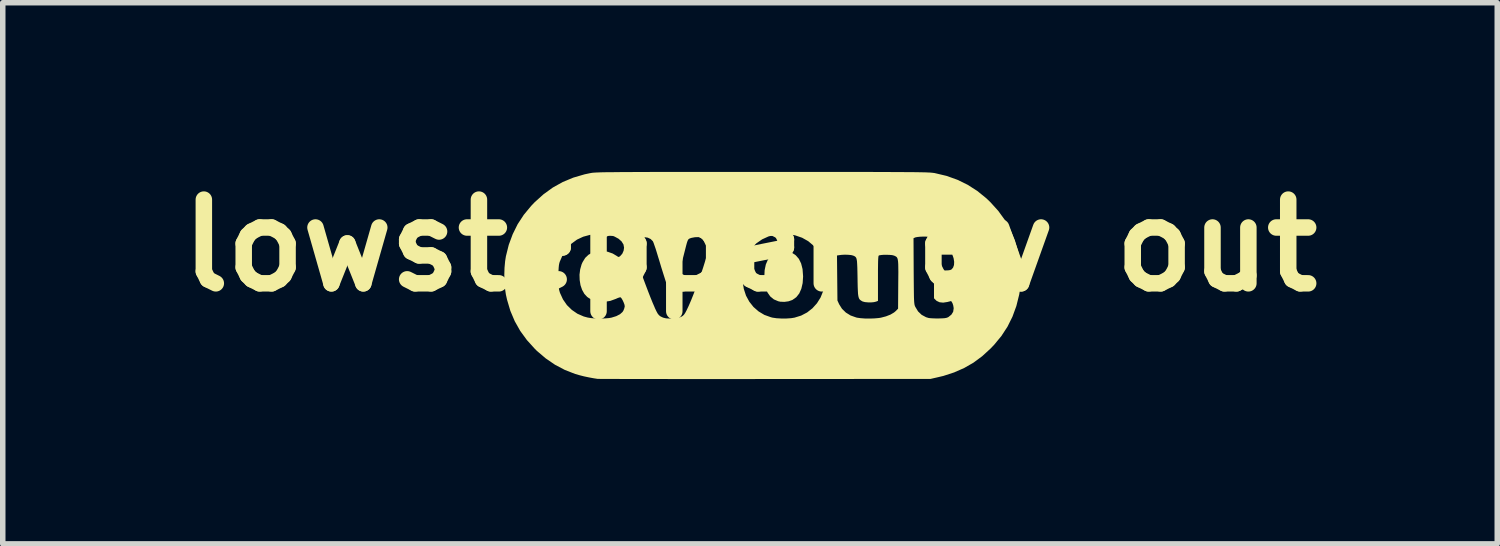
<source format=kicad_pcb>
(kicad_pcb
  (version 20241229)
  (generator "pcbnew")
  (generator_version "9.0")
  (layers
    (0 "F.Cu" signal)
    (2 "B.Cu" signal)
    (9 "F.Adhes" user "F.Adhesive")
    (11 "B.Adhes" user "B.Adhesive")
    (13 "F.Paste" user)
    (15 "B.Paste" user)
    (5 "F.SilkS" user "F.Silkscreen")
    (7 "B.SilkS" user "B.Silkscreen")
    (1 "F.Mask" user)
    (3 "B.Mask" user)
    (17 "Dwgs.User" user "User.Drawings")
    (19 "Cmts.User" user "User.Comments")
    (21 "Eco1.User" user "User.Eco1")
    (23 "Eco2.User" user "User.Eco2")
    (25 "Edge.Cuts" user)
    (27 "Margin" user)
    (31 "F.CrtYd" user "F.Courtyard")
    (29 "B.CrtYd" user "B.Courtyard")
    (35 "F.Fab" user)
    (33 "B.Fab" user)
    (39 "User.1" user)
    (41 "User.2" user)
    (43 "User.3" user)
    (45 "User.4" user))
  (footprint "lowstepper cv out"
    (layer "F.Cu")
    (at 10.603 1.418)
    (property "Reference" "lowstepper cv out" (at 0 0 0) (layer "F.SilkS") (effects (font (size 1.524 1.524) (thickness 0.3))))
    (attr board_only exclude_from_pos_files exclude_from_bom)
    (fp_poly (pts (xy 0.686 0.108) (xy 0.754 0.128) (xy 0.759 0.13) (xy 0.832 0.179) (xy 0.889 0.244) (xy 0.93 0.328) (xy 0.956 0.43) (xy 0.965 0.549) (xy 0.966 0.564) (xy 0.958 0.685) (xy 0.934 0.788) (xy 0.896 0.874) (xy 0.842 0.942) (xy 0.773 0.991) (xy 0.764 0.995) (xy 0.7 1.017) (xy 0.625 1.027) (xy 0.551 1.024) (xy 0.514 1.016) (xy 0.434 0.982) (xy 0.369 0.929) (xy 0.319 0.858) (xy 0.284 0.768) (xy 0.264 0.66) (xy 0.26 0.57) (xy 0.266 0.449) (xy 0.288 0.345) (xy 0.325 0.26) (xy 0.378 0.192) (xy 0.447 0.141) (xy 0.465 0.131) (xy 0.532 0.109) (xy 0.609 0.102)) (stroke (width 0) (type solid)) (fill yes) (layer "F.SilkS"))
    (fp_poly (pts (xy 0.547 -1.338) (xy 0.842 -1.338) (xy 1.115 -1.338) (xy 1.367 -1.338) (xy 1.599 -1.338) (xy 1.811 -1.338) (xy 2.004 -1.338) (xy 2.18 -1.338) (xy 2.339 -1.337) (xy 2.483 -1.337) (xy 2.611 -1.336) (xy 2.725 -1.336) (xy 2.827 -1.335) (xy 2.916 -1.335) (xy 2.994 -1.334) (xy 3.061 -1.333) (xy 3.119 -1.332) (xy 3.168 -1.331) (xy 3.21 -1.33) (xy 3.245 -1.328) (xy 3.274 -1.327) (xy 3.298 -1.325) (xy 3.318 -1.323) (xy 3.335 -1.321) (xy 3.35 -1.319) (xy 3.364 -1.317) (xy 3.367 -1.316) (xy 3.578 -1.266) (xy 3.776 -1.195) (xy 3.962 -1.104) (xy 4.137 -0.992) (xy 4.301 -0.859) (xy 4.376 -0.787) (xy 4.519 -0.629) (xy 4.64 -0.462) (xy 4.74 -0.285) (xy 4.82 -0.097) (xy 4.88 0.106) (xy 4.9 0.195) (xy 4.916 0.305) (xy 4.926 0.429) (xy 4.929 0.56) (xy 4.925 0.69) (xy 4.914 0.811) (xy 4.9 0.894) (xy 4.848 1.103) (xy 4.777 1.297) (xy 4.687 1.478) (xy 4.576 1.648) (xy 4.444 1.808) (xy 4.376 1.879) (xy 4.225 2.017) (xy 4.067 2.134) (xy 3.898 2.231) (xy 3.716 2.311) (xy 3.52 2.375) (xy 3.402 2.403) (xy 3.283 2.43) (xy 0.276 2.431) (xy 0.009 2.432) (xy -0.253 2.432) (xy -0.507 2.432) (xy -0.754 2.432) (xy -0.991 2.432) (xy -1.218 2.432) (xy -1.433 2.432) (xy -1.637 2.431) (xy -1.827 2.431) (xy -2.003 2.431) (xy -2.163 2.431) (xy -2.308 2.431) (xy -2.434 2.43) (xy -2.542 2.43) (xy -2.631 2.43) (xy -2.699 2.43) (xy -2.746 2.429) (xy -2.77 2.429) (xy -2.773 2.429) (xy -2.845 2.418) (xy -2.932 2.402) (xy -3.022 2.383) (xy -3.108 2.361) (xy -3.18 2.34) (xy -3.182 2.34) (xy -3.373 2.265) (xy -3.551 2.171) (xy -3.719 2.056) (xy -3.879 1.92) (xy -3.92 1.879) (xy -4.062 1.722) (xy -4.183 1.556) (xy -4.283 1.379) (xy -4.363 1.19) (xy -4.423 0.988) (xy -4.444 0.894) (xy -4.46 0.787) (xy -4.47 0.665) (xy -4.472 0.576) (xy -3.487 0.576) (xy -3.486 0.655) (xy -3.485 0.714) (xy -3.482 0.759) (xy -3.478 0.794) (xy -3.471 0.824) (xy -3.462 0.855) (xy -3.459 0.864) (xy -3.405 0.982) (xy -3.333 1.086) (xy -3.244 1.173) (xy -3.142 1.243) (xy -3.027 1.293) (xy -2.953 1.313) (xy -2.888 1.323) (xy -2.809 1.329) (xy -2.724 1.331) (xy -2.641 1.328) (xy -2.568 1.322) (xy -2.522 1.314) (xy -2.435 1.287) (xy -2.367 1.252) (xy -2.321 1.211) (xy -2.303 1.182) (xy -2.289 1.145) (xy -2.281 1.111) (xy -2.281 1.104) (xy -2.286 1.076) (xy -2.3 1.038) (xy -2.318 0.999) (xy -2.337 0.966) (xy -2.354 0.946) (xy -2.357 0.944) (xy -2.376 0.946) (xy -2.408 0.957) (xy -2.444 0.973) (xy -2.543 1.009) (xy -2.645 1.026) (xy -2.746 1.024) (xy -2.842 1.002) (xy -2.928 0.962) (xy -2.964 0.937) (xy -3.016 0.881) (xy -3.057 0.808) (xy -3.086 0.723) (xy -3.101 0.63) (xy -3.104 0.532) (xy -3.092 0.436) (xy -3.066 0.344) (xy -3.048 0.304) (xy -3 0.226) (xy -2.939 0.168) (xy -2.864 0.129) (xy -2.774 0.108) (xy -2.695 0.103) (xy -2.594 0.114) (xy -2.5 0.147) (xy -2.426 0.191) (xy -2.402 0.207) (xy -2.386 0.209) (xy -2.367 0.196) (xy -2.362 0.192) (xy -2.325 0.15) (xy -2.301 0.095) (xy -2.293 0.04) (xy -2.304 -0.019) (xy -2.319 -0.042) (xy -2.144 -0.042) (xy -2.141 -0.009) (xy -2.136 0.015) (xy -2.12 0.078) (xy -2.095 0.159) (xy -2.064 0.255) (xy -2.028 0.363) (xy -1.987 0.478) (xy -1.945 0.598) (xy -1.9 0.718) (xy -1.856 0.834) (xy -1.813 0.944) (xy -1.773 1.043) (xy -1.736 1.128) (xy -1.734 1.135) (xy -1.705 1.196) (xy -1.681 1.24) (xy -1.657 1.27) (xy -1.63 1.291) (xy -1.595 1.308) (xy -1.575 1.316) (xy -1.528 1.327) (xy -1.466 1.331) (xy -1.398 1.329) (xy -1.332 1.321) (xy -1.277 1.309) (xy -1.251 1.298) (xy -1.223 1.281) (xy -1.201 1.259) (xy -1.179 1.226) (xy -1.154 1.179) (xy -1.117 1.101) (xy -1.075 1.004) (xy -1.031 0.894) (xy -0.985 0.774) (xy -0.939 0.65) (xy -0.907 0.56) (xy -0.132 0.56) (xy -0.13 0.646) (xy -0.124 0.724) (xy -0.114 0.787) (xy -0.113 0.792) (xy -0.073 0.914) (xy -0.013 1.024) (xy 0.063 1.12) (xy 0.156 1.201) (xy 0.261 1.264) (xy 0.378 1.306) (xy 0.408 1.314) (xy 0.482 1.325) (xy 0.57 1.33) (xy 0.662 1.33) (xy 0.749 1.324) (xy 0.81 1.314) (xy 0.93 1.277) (xy 1.039 1.22) (xy 1.136 1.144) (xy 1.218 1.053) (xy 1.284 0.948) (xy 1.331 0.831) (xy 1.346 0.774) (xy 1.355 0.712) (xy 1.36 0.636) (xy 1.361 0.553) (xy 1.358 0.47) (xy 1.351 0.395) (xy 1.341 0.337) (xy 1.34 0.336) (xy 1.296 0.21) (xy 1.281 0.183) (xy 1.583 0.183) (xy 1.591 1.002) (xy 1.622 1.07) (xy 1.674 1.153) (xy 1.745 1.222) (xy 1.831 1.275) (xy 1.933 1.311) (xy 1.949 1.315) (xy 2.013 1.324) (xy 2.093 1.33) (xy 2.18 1.331) (xy 2.266 1.328) (xy 2.344 1.321) (xy 2.382 1.315) (xy 2.474 1.291) (xy 2.556 1.259) (xy 2.622 1.22) (xy 2.654 1.193) (xy 2.695 1.151) (xy 2.698 0.706) (xy 2.699 0.585) (xy 2.7 0.486) (xy 2.699 0.406) (xy 2.698 0.344) (xy 2.695 0.295) (xy 2.69 0.26) (xy 2.683 0.234) (xy 2.673 0.216) (xy 2.66 0.204) (xy 2.644 0.195) (xy 2.625 0.186) (xy 2.619 0.184) (xy 2.588 0.176) (xy 2.543 0.172) (xy 2.489 0.17) (xy 2.435 0.17) (xy 2.388 0.174) (xy 2.353 0.18) (xy 2.344 0.184) (xy 2.339 0.192) (xy 2.336 0.212) (xy 2.333 0.246) (xy 2.331 0.296) (xy 2.33 0.363) (xy 2.329 0.449) (xy 2.329 0.557) (xy 2.329 0.601) (xy 2.329 1.009) (xy 2.296 1.022) (xy 2.255 1.032) (xy 2.202 1.037) (xy 2.144 1.036) (xy 2.091 1.031) (xy 2.05 1.02) (xy 2.044 1.017) (xy 2.022 1.004) (xy 2.004 0.991) (xy 1.99 0.975) (xy 1.98 0.953) (xy 1.972 0.923) (xy 1.966 0.881) (xy 1.963 0.826) (xy 1.96 0.754) (xy 1.958 0.662) (xy 1.957 0.588) (xy 1.955 0.483) (xy 1.953 0.4) (xy 1.95 0.336) (xy 1.947 0.288) (xy 1.941 0.253) (xy 1.934 0.228) (xy 1.923 0.212) (xy 1.91 0.2) (xy 1.892 0.191) (xy 1.876 0.184) (xy 1.84 0.175) (xy 1.788 0.17) (xy 1.728 0.168) (xy 1.667 0.171) (xy 1.629 0.176) (xy 1.583 0.183) (xy 1.281 0.183) (xy 1.234 0.098) (xy 1.154 0.002) (xy 1.059 -0.078) (xy 0.963 -0.132) (xy 2.976 -0.132) (xy 2.979 0.465) (xy 2.98 0.6) (xy 2.981 0.713) (xy 2.982 0.807) (xy 2.983 0.883) (xy 2.984 0.944) (xy 2.986 0.991) (xy 2.988 1.027) (xy 2.991 1.055) (xy 2.994 1.076) (xy 2.998 1.092) (xy 3.003 1.106) (xy 3.01 1.12) (xy 3.011 1.122) (xy 3.059 1.201) (xy 3.124 1.263) (xy 3.204 1.306) (xy 3.25 1.32) (xy 3.28 1.324) (xy 3.328 1.327) (xy 3.385 1.329) (xy 3.433 1.329) (xy 3.497 1.327) (xy 3.542 1.324) (xy 3.575 1.318) (xy 3.6 1.309) (xy 3.613 1.302) (xy 3.666 1.259) (xy 3.698 1.207) (xy 3.707 1.145) (xy 3.706 1.134) (xy 3.699 1.092) (xy 3.687 1.055) (xy 3.681 1.043) (xy 3.661 1.012) (xy 3.593 1.029) (xy 3.516 1.041) (xy 3.45 1.034) (xy 3.397 1.009) (xy 3.383 0.996) (xy 3.349 0.962) (xy 3.349 0.456) (xy 3.494 0.456) (xy 3.561 0.455) (xy 3.608 0.453) (xy 3.641 0.448) (xy 3.662 0.44) (xy 3.667 0.437) (xy 3.696 0.404) (xy 3.713 0.356) (xy 3.716 0.298) (xy 3.706 0.235) (xy 3.695 0.201) (xy 3.682 0.168) (xy 3.349 0.168) (xy 3.349 0.057) (xy 3.347 -0.009) (xy 3.34 -0.057) (xy 3.327 -0.092) (xy 3.306 -0.12) (xy 3.285 -0.137) (xy 3.264 -0.15) (xy 3.239 -0.157) (xy 3.204 -0.161) (xy 3.152 -0.161) (xy 3.147 -0.161) (xy 3.095 -0.159) (xy 3.048 -0.154) (xy 3.015 -0.148) (xy 3.009 -0.146) (xy 2.976 -0.132) (xy 0.963 -0.132) (xy 0.949 -0.14) (xy 0.827 -0.182) (xy 0.803 -0.188) (xy 0.715 -0.2) (xy 0.617 -0.203) (xy 0.516 -0.199) (xy 0.421 -0.186) (xy 0.34 -0.165) (xy 0.336 -0.164) (xy 0.22 -0.111) (xy 0.116 -0.039) (xy 0.028 0.05) (xy -0.043 0.154) (xy -0.094 0.27) (xy -0.113 0.337) (xy -0.123 0.398) (xy -0.129 0.475) (xy -0.132 0.56) (xy -0.907 0.56) (xy -0.895 0.526) (xy -0.855 0.407) (xy -0.821 0.298) (xy -0.793 0.202) (xy -0.786 0.173) (xy -0.766 0.082) (xy -0.759 0.01) (xy -0.764 -0.046) (xy -0.783 -0.088) (xy -0.816 -0.119) (xy -0.864 -0.14) (xy -0.879 -0.145) (xy -0.936 -0.152) (xy -1.002 -0.15) (xy -1.066 -0.138) (xy -1.096 -0.128) (xy -1.109 -0.121) (xy -1.12 -0.113) (xy -1.129 -0.1) (xy -1.139 -0.078) (xy -1.15 -0.045) (xy -1.163 0.003) (xy -1.18 0.07) (xy -1.193 0.121) (xy -1.213 0.2) (xy -1.236 0.286) (xy -1.26 0.378) (xy -1.286 0.472) (xy -1.312 0.565) (xy -1.337 0.655) (xy -1.361 0.738) (xy -1.382 0.811) (xy -1.4 0.872) (xy -1.415 0.918) (xy -1.424 0.945) (xy -1.427 0.952) (xy -1.433 0.943) (xy -1.446 0.914) (xy -1.464 0.865) (xy -1.487 0.799) (xy -1.514 0.717) (xy -1.545 0.621) (xy -1.579 0.514) (xy -1.616 0.396) (xy -1.654 0.269) (xy -1.673 0.208) (xy -1.696 0.132) (xy -1.718 0.061) (xy -1.739 0.001) (xy -1.755 -0.045) (xy -1.767 -0.073) (xy -1.77 -0.078) (xy -1.809 -0.117) (xy -1.862 -0.142) (xy -1.924 -0.151) (xy -1.99 -0.146) (xy -2.054 -0.124) (xy -2.07 -0.115) (xy -2.112 -0.089) (xy -2.135 -0.067) (xy -2.144 -0.042) (xy -2.319 -0.042) (xy -2.338 -0.073) (xy -2.393 -0.122) (xy -2.467 -0.162) (xy -2.487 -0.17) (xy -2.538 -0.184) (xy -2.607 -0.195) (xy -2.685 -0.201) (xy -2.766 -0.203) (xy -2.844 -0.201) (xy -2.911 -0.193) (xy -2.912 -0.193) (xy -3.037 -0.159) (xy -3.15 -0.106) (xy -3.251 -0.032) (xy -3.337 0.059) (xy -3.408 0.169) (xy -3.463 0.295) (xy -3.465 0.3) (xy -3.473 0.329) (xy -3.479 0.361) (xy -3.483 0.401) (xy -3.486 0.453) (xy -3.487 0.521) (xy -3.487 0.576) (xy -4.472 0.576) (xy -4.473 0.535) (xy -4.469 0.406) (xy -4.458 0.286) (xy -4.444 0.198) (xy -4.392 -0.011) (xy -4.32 -0.205) (xy -4.23 -0.387) (xy -4.118 -0.558) (xy -3.985 -0.719) (xy -3.92 -0.787) (xy -3.76 -0.931) (xy -3.59 -1.054) (xy -3.409 -1.155) (xy -3.216 -1.235) (xy -3.01 -1.295) (xy -2.911 -1.316) (xy -2.898 -1.318) (xy -2.883 -1.321) (xy -2.867 -1.323) (xy -2.847 -1.325) (xy -2.824 -1.326) (xy -2.796 -1.328) (xy -2.763 -1.329) (xy -2.723 -1.331) (xy -2.676 -1.332) (xy -2.62 -1.333) (xy -2.555 -1.334) (xy -2.48 -1.334) (xy -2.394 -1.335) (xy -2.296 -1.336) (xy -2.185 -1.336) (xy -2.06 -1.337) (xy -1.92 -1.337) (xy -1.765 -1.338) (xy -1.594 -1.338) (xy -1.405 -1.338) (xy -1.197 -1.338) (xy -0.97 -1.338) (xy -0.724 -1.338) (xy -0.456 -1.338) (xy -0.166 -1.338) (xy 0.147 -1.338) (xy 0.228 -1.338)) (stroke (width 0) (type solid)) (fill yes) (layer "F.SilkS")))
  (gr_rect
    (start -3 -3)
    (end 24.205 6.85)
    (stroke (width 0.1) (type default))
    (fill no)
    (layer "Edge.Cuts")))
</source>
